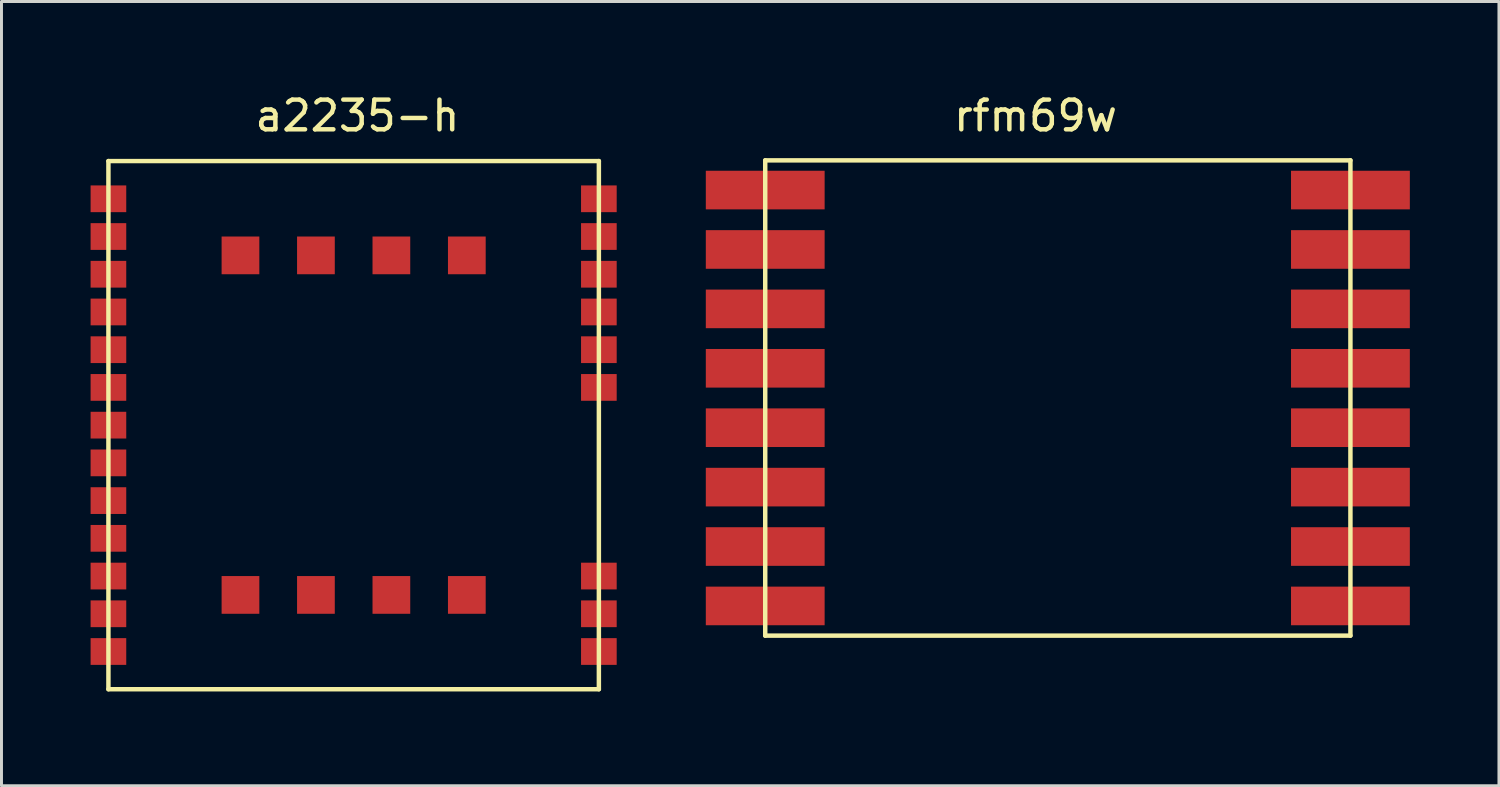
<source format=kicad_pcb>
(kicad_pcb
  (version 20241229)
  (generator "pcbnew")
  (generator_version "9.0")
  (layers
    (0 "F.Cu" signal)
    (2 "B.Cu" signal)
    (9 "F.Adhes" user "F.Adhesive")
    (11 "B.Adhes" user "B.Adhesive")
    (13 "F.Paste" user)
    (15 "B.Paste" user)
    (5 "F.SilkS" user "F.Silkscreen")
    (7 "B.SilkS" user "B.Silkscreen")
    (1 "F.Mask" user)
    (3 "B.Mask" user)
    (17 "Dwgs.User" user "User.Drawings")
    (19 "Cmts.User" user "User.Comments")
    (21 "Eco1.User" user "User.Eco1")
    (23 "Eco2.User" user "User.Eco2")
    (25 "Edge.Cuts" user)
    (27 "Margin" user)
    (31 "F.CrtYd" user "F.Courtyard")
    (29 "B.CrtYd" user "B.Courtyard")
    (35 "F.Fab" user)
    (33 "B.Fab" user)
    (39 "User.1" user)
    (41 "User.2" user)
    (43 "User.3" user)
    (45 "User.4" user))
  (footprint "rfm69w"
    (layer "F.Cu")
    (at 22.71 18.348)
    (property "Reference" "rfm69w" (at 9.1 -17.5 0) (layer "F.SilkS") (effects (font (size 1 1) (thickness 0.15))))
    (attr through_hole)
    (fp_line (start 0 -16) (end 19.7 -16) (stroke (width 0.15) (type solid)) (layer "F.SilkS"))
    (fp_line (start 0 0) (end 0 -16) (stroke (width 0.15) (type solid)) (layer "F.SilkS"))
    (fp_line (start 0 0) (end 19.7 0) (stroke (width 0.15) (type solid)) (layer "F.SilkS"))
    (fp_line (start 19.7 0) (end 19.7 -16) (stroke (width 0.15) (type solid)) (layer "F.SilkS"))
    (pad "1" smd rect (at 0 -1) (size 4 1.3) (layers "F.Cu" "F.Mask" "F.Paste"))
    (pad "2" smd rect (at 0 -3) (size 4 1.3) (layers "F.Cu" "F.Mask" "F.Paste"))
    (pad "3" smd rect (at 0 -5) (size 4 1.3) (layers "F.Cu" "F.Mask" "F.Paste"))
    (pad "4" smd rect (at 0 -7) (size 4 1.3) (layers "F.Cu" "F.Mask" "F.Paste"))
    (pad "5" smd rect (at 0 -9) (size 4 1.3) (layers "F.Cu" "F.Mask" "F.Paste"))
    (pad "6" smd rect (at 0 -11) (size 4 1.3) (layers "F.Cu" "F.Mask" "F.Paste"))
    (pad "7" smd rect (at 0 -13) (size 4 1.3) (layers "F.Cu" "F.Mask" "F.Paste"))
    (pad "8" smd rect (at 0 -15) (size 4 1.3) (layers "F.Cu" "F.Mask" "F.Paste"))
    (pad "9" smd rect (at 19.7 -1) (size 4 1.3) (layers "F.Cu" "F.Mask" "F.Paste"))
    (pad "10" smd rect (at 19.7 -3) (size 4 1.3) (layers "F.Cu" "F.Mask" "F.Paste"))
    (pad "11" smd rect (at 19.7 -5) (size 4 1.3) (layers "F.Cu" "F.Mask" "F.Paste"))
    (pad "12" smd rect (at 19.7 -7) (size 4 1.3) (layers "F.Cu" "F.Mask" "F.Paste"))
    (pad "13" smd rect (at 19.7 -9) (size 4 1.3) (layers "F.Cu" "F.Mask" "F.Paste"))
    (pad "14" smd rect (at 19.7 -11) (size 4 1.3) (layers "F.Cu" "F.Mask" "F.Paste"))
    (pad "15" smd rect (at 19.7 -13) (size 4 1.3) (layers "F.Cu" "F.Mask" "F.Paste"))
    (pad "16" smd rect (at 19.7 -15) (size 4 1.3) (layers "F.Cu" "F.Mask" "F.Paste")))
  (footprint "a2235-h"
    (layer "F.Cu")
    (at 0.6 20.152)
    (property "Reference" "a2235-h" (at 8.382 -19.304 0) (layer "F.SilkS") (effects (font (size 1 1) (thickness 0.15))))
    (attr through_hole)
    (fp_line (start 0 -17.78) (end 16.51 -17.78) (stroke (width 0.15) (type solid)) (layer "F.SilkS"))
    (fp_line (start 0 0) (end 0 -17.78) (stroke (width 0.15) (type solid)) (layer "F.SilkS"))
    (fp_line (start 16.51 -17.78) (end 16.51 0) (stroke (width 0.15) (type solid)) (layer "F.SilkS"))
    (fp_line (start 16.51 0) (end 0 0) (stroke (width 0.15) (type solid)) (layer "F.SilkS"))
    (pad "1" smd rect (at 16.51 -1.27) (size 1.2 0.9) (layers "F.Cu" "F.Mask" "F.Paste"))
    (pad "2" smd rect (at 16.51 -2.54) (size 1.2 0.9) (layers "F.Cu" "F.Mask" "F.Paste"))
    (pad "3" smd rect (at 16.51 -3.81) (size 1.2 0.9) (layers "F.Cu" "F.Mask" "F.Paste"))
    (pad "5" smd rect (at 16.51 -10.16) (size 1.2 0.9) (layers "F.Cu" "F.Mask" "F.Paste"))
    (pad "6" smd rect (at 16.51 -11.43) (size 1.2 0.9) (layers "F.Cu" "F.Mask" "F.Paste"))
    (pad "7" smd rect (at 16.51 -12.7) (size 1.2 0.9) (layers "F.Cu" "F.Mask" "F.Paste"))
    (pad "8" smd rect (at 16.51 -13.97) (size 1.2 0.9) (layers "F.Cu" "F.Mask" "F.Paste"))
    (pad "9" smd rect (at 16.51 -15.24) (size 1.2 0.9) (layers "F.Cu" "F.Mask" "F.Paste"))
    (pad "10" smd rect (at 16.51 -16.51) (size 1.2 0.9) (layers "F.Cu" "F.Mask" "F.Paste"))
    (pad "11" smd rect (at 0 -1.27) (size 1.2 0.9) (layers "F.Cu" "F.Mask" "F.Paste"))
    (pad "12" smd rect (at 0 -2.54) (size 1.2 0.9) (layers "F.Cu" "F.Mask" "F.Paste"))
    (pad "13" smd rect (at 0 -3.81) (size 1.2 0.9) (layers "F.Cu" "F.Mask" "F.Paste"))
    (pad "14" smd rect (at 0 -5.08) (size 1.2 0.9) (layers "F.Cu" "F.Mask" "F.Paste"))
    (pad "15" smd rect (at 0 -6.35) (size 1.2 0.9) (layers "F.Cu" "F.Mask" "F.Paste"))
    (pad "16" smd rect (at 0 -7.62) (size 1.2 0.9) (layers "F.Cu" "F.Mask" "F.Paste"))
    (pad "17" smd rect (at 0 -8.89) (size 1.2 0.9) (layers "F.Cu" "F.Mask" "F.Paste"))
    (pad "18" smd rect (at 0 -10.16) (size 1.2 0.9) (layers "F.Cu" "F.Mask" "F.Paste"))
    (pad "19" smd rect (at 0 -11.43) (size 1.2 0.9) (layers "F.Cu" "F.Mask" "F.Paste"))
    (pad "20" smd rect (at 0 -12.7) (size 1.2 0.9) (layers "F.Cu" "F.Mask" "F.Paste"))
    (pad "21" smd rect (at 0 -13.97) (size 1.2 0.9) (layers "F.Cu" "F.Mask" "F.Paste"))
    (pad "22" smd rect (at 0 -15.24) (size 1.2 0.9) (layers "F.Cu" "F.Mask" "F.Paste"))
    (pad "23" smd rect (at 0 -16.51) (size 1.2 0.9) (layers "F.Cu" "F.Mask" "F.Paste"))
    (pad "24" smd rect (at 4.445 -3.175) (size 1.27 1.27) (layers "F.Cu" "F.Mask" "F.Paste"))
    (pad "26" smd rect (at 6.985 -3.175) (size 1.27 1.27) (layers "F.Cu" "F.Mask" "F.Paste"))
    (pad "27" smd rect (at 9.525 -3.175) (size 1.27 1.27) (layers "F.Cu" "F.Mask" "F.Paste"))
    (pad "28" smd rect (at 12.065 -3.175) (size 1.27 1.27) (layers "F.Cu" "F.Mask" "F.Paste"))
    (pad "29" smd rect (at 4.445 -14.605) (size 1.27 1.27) (layers "F.Cu" "F.Mask" "F.Paste"))
    (pad "30" smd rect (at 6.985 -14.605) (size 1.27 1.27) (layers "F.Cu" "F.Mask" "F.Paste"))
    (pad "31" smd rect (at 9.525 -14.605) (size 1.27 1.27) (layers "F.Cu" "F.Mask" "F.Paste"))
    (pad "32" smd rect (at 12.065 -14.605) (size 1.27 1.27) (layers "F.Cu" "F.Mask" "F.Paste")))
  (gr_rect
    (start -3 -3)
    (end 47.41 23.402)
    (stroke (width 0.1) (type default))
    (fill no)
    (layer "Edge.Cuts")))
</source>
